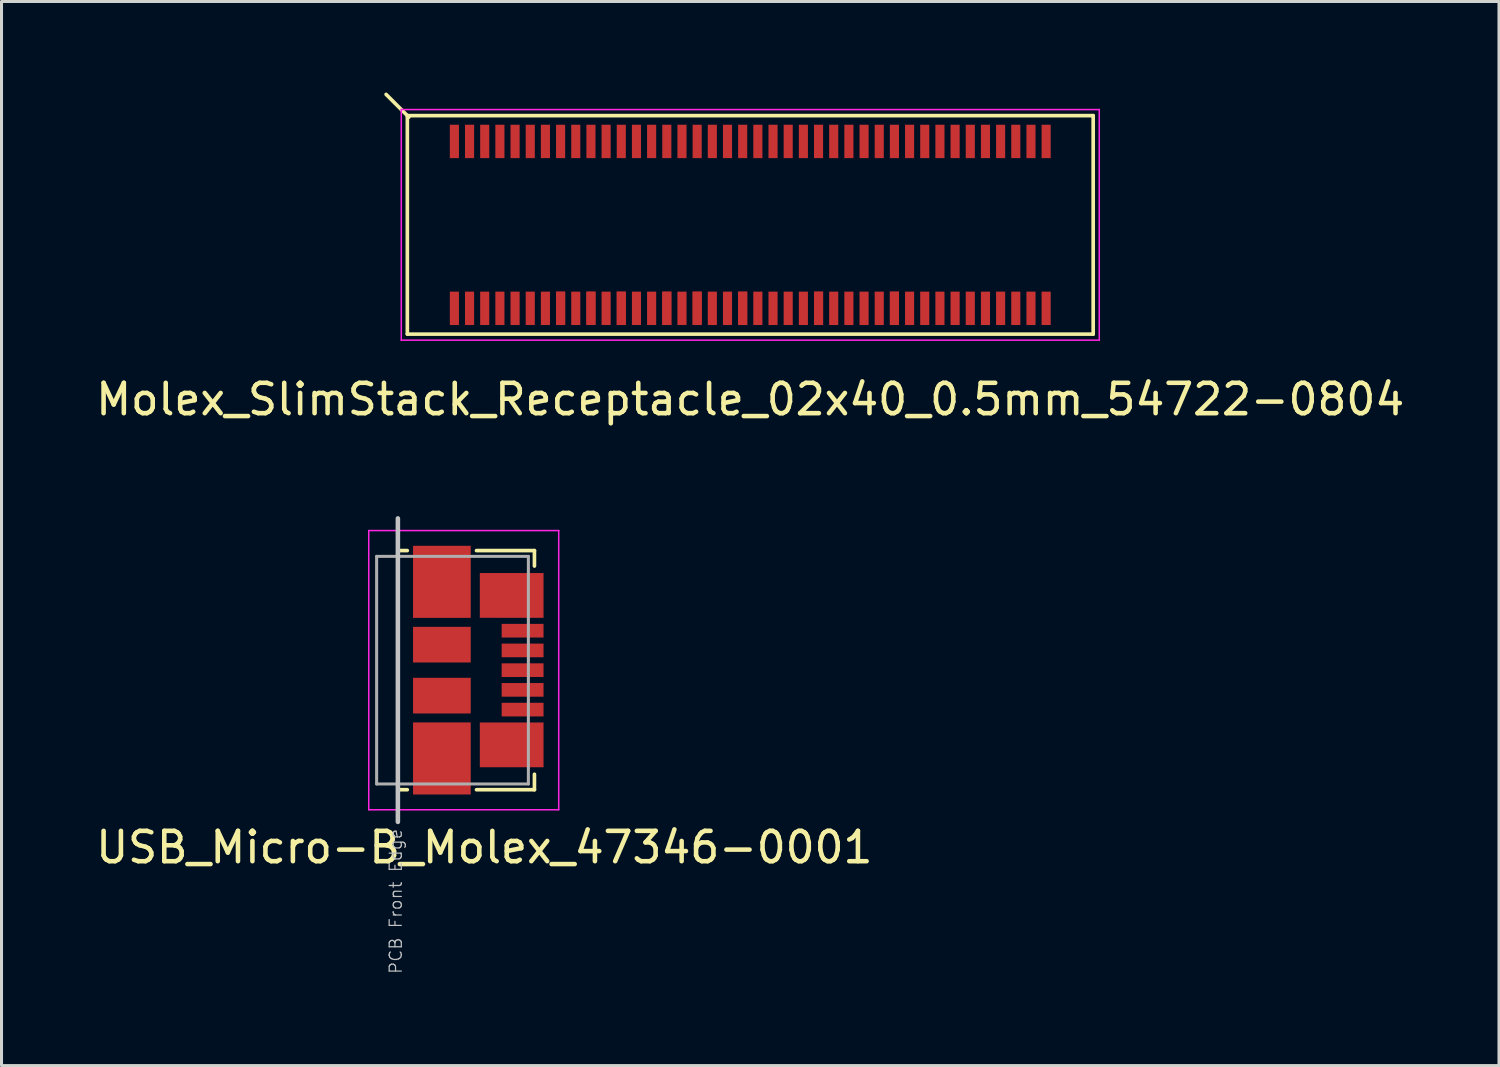
<source format=kicad_pcb>
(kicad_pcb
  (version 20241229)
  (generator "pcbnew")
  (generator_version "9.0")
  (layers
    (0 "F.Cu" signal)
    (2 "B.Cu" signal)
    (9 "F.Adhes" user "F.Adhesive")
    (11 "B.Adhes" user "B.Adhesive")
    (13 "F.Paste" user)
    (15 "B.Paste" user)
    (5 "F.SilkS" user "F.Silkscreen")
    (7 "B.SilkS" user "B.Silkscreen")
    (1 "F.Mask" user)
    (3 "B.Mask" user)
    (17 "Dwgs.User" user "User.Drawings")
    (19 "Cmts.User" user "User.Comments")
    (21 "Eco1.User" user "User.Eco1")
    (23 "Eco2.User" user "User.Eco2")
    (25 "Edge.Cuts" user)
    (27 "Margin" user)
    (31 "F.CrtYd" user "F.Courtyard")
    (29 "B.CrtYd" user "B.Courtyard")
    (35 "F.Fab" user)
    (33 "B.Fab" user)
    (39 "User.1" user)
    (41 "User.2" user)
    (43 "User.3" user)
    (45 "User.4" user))
  (footprint "USB_Micro-B_Molex_47346-0001"
    (layer "F.Cu")
    (at 12.841 19.033)
    (property "Reference" "USB_Micro-B_Molex_47346-0001" (at 0.07 5.84 180) (layer "F.SilkS") (effects (font (size 1 1) (thickness 0.15))))
    (attr smd)
    (fp_line (start -2.73 -3.94) (end -2.47 -3.94) (stroke (width 0.12) (type solid)) (layer "F.SilkS"))
    (fp_line (start -2.47 3.94) (end -2.73 3.94) (stroke (width 0.12) (type solid)) (layer "F.SilkS"))
    (fp_line (start -0.19 -3.94) (end 1.72 -3.94) (stroke (width 0.12) (type solid)) (layer "F.SilkS"))
    (fp_line (start 1.72 -3.94) (end 1.72 -3.43) (stroke (width 0.12) (type solid)) (layer "F.SilkS"))
    (fp_line (start 1.72 3.94) (end -0.19 3.94) (stroke (width 0.12) (type solid)) (layer "F.SilkS"))
    (fp_line (start 1.72 3.94) (end 1.72 3.43) (stroke (width 0.12) (type solid)) (layer "F.SilkS"))
    (fp_line (start -2.78 -5) (end -2.78 5) (stroke (width 0.15) (type solid)) (layer "Dwgs.User"))
    (fp_line (start -3.74 -4.6) (end 2.52 -4.6) (stroke (width 0.05) (type solid)) (layer "F.CrtYd"))
    (fp_line (start -3.74 4.6) (end -3.74 -4.6) (stroke (width 0.05) (type solid)) (layer "F.CrtYd"))
    (fp_line (start 2.52 -4.6) (end 2.52 4.6) (stroke (width 0.05) (type solid)) (layer "F.CrtYd"))
    (fp_line (start 2.52 4.6) (end -3.74 4.6) (stroke (width 0.05) (type solid)) (layer "F.CrtYd"))
    (fp_line (start -3.48 -3.75) (end 1.52 -3.75) (stroke (width 0.1) (type solid)) (layer "F.Fab"))
    (fp_line (start -3.48 3.75) (end -3.48 -3.75) (stroke (width 0.1) (type solid)) (layer "F.Fab"))
    (fp_line (start 1.52 -3.75) (end 1.52 3.75) (stroke (width 0.1) (type solid)) (layer "F.Fab"))
    (fp_line (start 1.52 3.75) (end -3.48 3.75) (stroke (width 0.1) (type solid)) (layer "F.Fab"))
    (fp_text user "PCB Front Edge" (at -2.85 7.62 90) (layer "Dwgs.User") (effects (font (size 0.4 0.4) (thickness 0.04))))
    (pad "1" smd rect (at 1.33 -1.3) (size 1.38 0.45) (layers "F.Cu" "F.Mask" "F.Paste"))
    (pad "2" smd rect (at 1.33 -0.65) (size 1.38 0.45) (layers "F.Cu" "F.Mask" "F.Paste"))
    (pad "3" smd rect (at 1.33 0) (size 1.38 0.45) (layers "F.Cu" "F.Mask" "F.Paste"))
    (pad "4" smd rect (at 1.33 0.65) (size 1.38 0.45) (layers "F.Cu" "F.Mask" "F.Paste"))
    (pad "5" smd rect (at 1.33 1.3) (size 1.38 0.45) (layers "F.Cu" "F.Mask" "F.Paste"))
    (pad "6" smd rect (at -1.33 -2.91) (size 1.9 2.375) (layers "F.Cu" "F.Mask" "F.Paste"))
    (pad "6" smd rect (at -1.33 -0.84) (size 1.9 1.175) (layers "F.Cu" "F.Mask" "F.Paste"))
    (pad "6" smd rect (at -1.33 0.84) (size 1.9 1.175) (layers "F.Cu" "F.Mask" "F.Paste"))
    (pad "6" smd rect (at -1.33 2.91) (size 1.9 2.375) (layers "F.Cu" "F.Mask" "F.Paste"))
    (pad "6" smd rect (at 0.97 -2.462) (size 2.1 1.475) (layers "F.Cu" "F.Mask" "F.Paste"))
    (pad "6" smd rect (at 0.97 2.462) (size 2.1 1.475) (layers "F.Cu" "F.Mask" "F.Paste")))
  (footprint "Molex_SlimStack_Receptacle_02x40_0.5mm_54722-0804"
    (layer "F.Cu")
    (at 21.673 4.36)
    (property "Reference" "Molex_SlimStack_Receptacle_02x40_0.5mm_54722-0804" (at 0 5.75 0) (layer "F.SilkS") (effects (font (size 1 1) (thickness 0.15))))
    (attr smd)
    (fp_line (start -11.3 -3.6) (end -11.3 3.6) (stroke (width 0.12) (type solid)) (layer "F.SilkS"))
    (fp_line (start -11.3 3.6) (end 11.3 3.6) (stroke (width 0.12) (type solid)) (layer "F.SilkS"))
    (fp_line (start -11.25 -3.55) (end -12 -4.3) (stroke (width 0.12) (type solid)) (layer "F.SilkS"))
    (fp_line (start 11.3 -3.6) (end -11.3 -3.6) (stroke (width 0.12) (type solid)) (layer "F.SilkS"))
    (fp_line (start 11.3 3.6) (end 11.3 -3.6) (stroke (width 0.12) (type solid)) (layer "F.SilkS"))
    (fp_line (start -11.5 -3.8) (end -11.5 3.8) (stroke (width 0.05) (type solid)) (layer "F.CrtYd"))
    (fp_line (start -11.5 3.8) (end 11.5 3.8) (stroke (width 0.05) (type solid)) (layer "F.CrtYd"))
    (fp_line (start 11.5 -3.8) (end -11.5 -3.8) (stroke (width 0.05) (type solid)) (layer "F.CrtYd"))
    (fp_line (start 11.5 3.8) (end 11.5 -3.8) (stroke (width 0.05) (type solid)) (layer "F.CrtYd"))
    (pad "1" smd rect (at -9.75 -2.75) (size 0.3 1.1) (layers "F.Cu" "F.Mask" "F.Paste"))
    (pad "2" smd rect (at -9.75 2.75) (size 0.3 1.1) (layers "F.Cu" "F.Mask" "F.Paste"))
    (pad "3" smd rect (at -9.25 -2.75) (size 0.3 1.1) (layers "F.Cu" "F.Mask" "F.Paste"))
    (pad "4" smd rect (at -9.25 2.75) (size 0.3 1.1) (layers "F.Cu" "F.Mask" "F.Paste"))
    (pad "5" smd rect (at -8.75 -2.75) (size 0.3 1.1) (layers "F.Cu" "F.Mask" "F.Paste"))
    (pad "6" smd rect (at -8.75 2.75) (size 0.3 1.1) (layers "F.Cu" "F.Mask" "F.Paste"))
    (pad "7" smd rect (at -8.25 -2.75) (size 0.3 1.1) (layers "F.Cu" "F.Mask" "F.Paste"))
    (pad "8" smd rect (at -8.25 2.75) (size 0.3 1.1) (layers "F.Cu" "F.Mask" "F.Paste"))
    (pad "9" smd rect (at -7.75 -2.75) (size 0.3 1.1) (layers "F.Cu" "F.Mask" "F.Paste"))
    (pad "10" smd rect (at -7.75 2.75) (size 0.3 1.1) (layers "F.Cu" "F.Mask" "F.Paste"))
    (pad "11" smd rect (at -7.25 -2.75) (size 0.3 1.1) (layers "F.Cu" "F.Mask" "F.Paste"))
    (pad "12" smd rect (at -7.25 2.75) (size 0.3 1.1) (layers "F.Cu" "F.Mask" "F.Paste"))
    (pad "13" smd rect (at -6.75 -2.75) (size 0.3 1.1) (layers "F.Cu" "F.Mask" "F.Paste"))
    (pad "14" smd rect (at -6.75 2.75) (size 0.3 1.1) (layers "F.Cu" "F.Mask" "F.Paste"))
    (pad "15" smd rect (at -6.25 -2.75) (size 0.3 1.1) (layers "F.Cu" "F.Mask" "F.Paste"))
    (pad "16" smd rect (at -6.25 2.75) (size 0.3 1.1) (layers "F.Cu" "F.Mask" "F.Paste"))
    (pad "16" smd rect (at -6.25 2.75) (size 0.3 1.1) (layers "F.Cu" "F.Mask" "F.Paste"))
    (pad "17" smd rect (at -5.75 -2.75) (size 0.3 1.1) (layers "F.Cu" "F.Mask" "F.Paste"))
    (pad "18" smd rect (at -5.75 2.75) (size 0.3 1.1) (layers "F.Cu" "F.Mask" "F.Paste"))
    (pad "19" smd rect (at -5.25 -2.75) (size 0.3 1.1) (layers "F.Cu" "F.Mask" "F.Paste"))
    (pad "20" smd rect (at -5.25 2.75) (size 0.3 1.1) (layers "F.Cu" "F.Mask" "F.Paste"))
    (pad "20" smd rect (at -5.25 2.75) (size 0.3 1.1) (layers "F.Cu" "F.Mask" "F.Paste"))
    (pad "21" smd rect (at -4.75 -2.75) (size 0.3 1.1) (layers "F.Cu" "F.Mask" "F.Paste"))
    (pad "22" smd rect (at -4.75 2.75) (size 0.3 1.1) (layers "F.Cu" "F.Mask" "F.Paste"))
    (pad "23" smd rect (at -4.25 -2.75) (size 0.3 1.1) (layers "F.Cu" "F.Mask" "F.Paste"))
    (pad "24" smd rect (at -4.25 2.75) (size 0.3 1.1) (layers "F.Cu" "F.Mask" "F.Paste"))
    (pad "24" smd rect (at -4.25 2.75) (size 0.3 1.1) (layers "F.Cu" "F.Mask" "F.Paste"))
    (pad "25" smd rect (at -3.75 -2.75) (size 0.3 1.1) (layers "F.Cu" "F.Mask" "F.Paste"))
    (pad "26" smd rect (at -3.75 2.75) (size 0.3 1.1) (layers "F.Cu" "F.Mask" "F.Paste"))
    (pad "27" smd rect (at -3.25 -2.75) (size 0.3 1.1) (layers "F.Cu" "F.Mask" "F.Paste"))
    (pad "28" smd rect (at -3.25 2.75) (size 0.3 1.1) (layers "F.Cu" "F.Mask" "F.Paste"))
    (pad "29" smd rect (at -2.75 -2.75) (size 0.3 1.1) (layers "F.Cu" "F.Mask" "F.Paste"))
    (pad "30" smd rect (at -2.75 2.75) (size 0.3 1.1) (layers "F.Cu" "F.Mask" "F.Paste"))
    (pad "30" smd rect (at -2.75 2.75) (size 0.3 1.1) (layers "F.Cu" "F.Mask" "F.Paste"))
    (pad "31" smd rect (at -2.25 -2.75) (size 0.3 1.1) (layers "F.Cu" "F.Mask" "F.Paste"))
    (pad "32" smd rect (at -2.25 2.75) (size 0.3 1.1) (layers "F.Cu" "F.Mask" "F.Paste"))
    (pad "33" smd rect (at -1.75 -2.75) (size 0.3 1.1) (layers "F.Cu" "F.Mask" "F.Paste"))
    (pad "34" smd rect (at -1.75 2.75) (size 0.3 1.1) (layers "F.Cu" "F.Mask" "F.Paste"))
    (pad "34" smd rect (at -1.75 2.75) (size 0.3 1.1) (layers "F.Cu" "F.Mask" "F.Paste"))
    (pad "35" smd rect (at -1.25 -2.75) (size 0.3 1.1) (layers "F.Cu" "F.Mask" "F.Paste"))
    (pad "36" smd rect (at -1.25 2.75) (size 0.3 1.1) (layers "F.Cu" "F.Mask" "F.Paste"))
    (pad "37" smd rect (at -0.75 -2.75) (size 0.3 1.1) (layers "F.Cu" "F.Mask" "F.Paste"))
    (pad "38" smd rect (at -0.75 2.75) (size 0.3 1.1) (layers "F.Cu" "F.Mask" "F.Paste"))
    (pad "39" smd rect (at -0.25 -2.75) (size 0.3 1.1) (layers "F.Cu" "F.Mask" "F.Paste"))
    (pad "40" smd rect (at -0.25 2.75) (size 0.3 1.1) (layers "F.Cu" "F.Mask" "F.Paste"))
    (pad "40" smd rect (at -0.25 2.75) (size 0.3 1.1) (layers "F.Cu" "F.Mask" "F.Paste"))
    (pad "41" smd rect (at 0.25 -2.75) (size 0.3 1.1) (layers "F.Cu" "F.Mask" "F.Paste"))
    (pad "42" smd rect (at 0.25 2.75) (size 0.3 1.1) (layers "F.Cu" "F.Mask" "F.Paste"))
    (pad "43" smd rect (at 0.75 -2.75) (size 0.3 1.1) (layers "F.Cu" "F.Mask" "F.Paste"))
    (pad "44" smd rect (at 0.75 2.75) (size 0.3 1.1) (layers "F.Cu" "F.Mask" "F.Paste"))
    (pad "45" smd rect (at 1.25 -2.75) (size 0.3 1.1) (layers "F.Cu" "F.Mask" "F.Paste"))
    (pad "46" smd rect (at 1.25 2.75) (size 0.3 1.1) (layers "F.Cu" "F.Mask" "F.Paste"))
    (pad "47" smd rect (at 1.75 -2.75) (size 0.3 1.1) (layers "F.Cu" "F.Mask" "F.Paste"))
    (pad "48" smd rect (at 1.75 2.75) (size 0.3 1.1) (layers "F.Cu" "F.Mask" "F.Paste"))
    (pad "49" smd rect (at 2.25 -2.75) (size 0.3 1.1) (layers "F.Cu" "F.Mask" "F.Paste"))
    (pad "50" smd rect (at 2.25 2.75) (size 0.3 1.1) (layers "F.Cu" "F.Mask" "F.Paste"))
    (pad "50" smd rect (at 2.25 2.75) (size 0.3 1.1) (layers "F.Cu" "F.Mask" "F.Paste"))
    (pad "51" smd rect (at 2.75 -2.75) (size 0.3 1.1) (layers "F.Cu" "F.Mask" "F.Paste"))
    (pad "52" smd rect (at 2.75 2.75) (size 0.3 1.1) (layers "F.Cu" "F.Mask" "F.Paste"))
    (pad "53" smd rect (at 3.25 -2.75) (size 0.3 1.1) (layers "F.Cu" "F.Mask" "F.Paste"))
    (pad "54" smd rect (at 3.25 2.75) (size 0.3 1.1) (layers "F.Cu" "F.Mask" "F.Paste"))
    (pad "55" smd rect (at 3.75 -2.75) (size 0.3 1.1) (layers "F.Cu" "F.Mask" "F.Paste"))
    (pad "56" smd rect (at 3.75 2.75) (size 0.3 1.1) (layers "F.Cu" "F.Mask" "F.Paste"))
    (pad "57" smd rect (at 4.25 -2.75) (size 0.3 1.1) (layers "F.Cu" "F.Mask" "F.Paste"))
    (pad "58" smd rect (at 4.25 2.75) (size 0.3 1.1) (layers "F.Cu" "F.Mask" "F.Paste"))
    (pad "59" smd rect (at 4.75 -2.75) (size 0.3 1.1) (layers "F.Cu" "F.Mask" "F.Paste"))
    (pad "60" smd rect (at 4.75 2.75) (size 0.3 1.1) (layers "F.Cu" "F.Mask" "F.Paste"))
    (pad "60" smd rect (at 4.75 2.75) (size 0.3 1.1) (layers "F.Cu" "F.Mask" "F.Paste"))
    (pad "61" smd rect (at 5.25 -2.75) (size 0.3 1.1) (layers "F.Cu" "F.Mask" "F.Paste"))
    (pad "62" smd rect (at 5.25 2.75) (size 0.3 1.1) (layers "F.Cu" "F.Mask" "F.Paste"))
    (pad "63" smd rect (at 5.75 -2.75) (size 0.3 1.1) (layers "F.Cu" "F.Mask" "F.Paste"))
    (pad "64" smd rect (at 5.75 2.75) (size 0.3 1.1) (layers "F.Cu" "F.Mask" "F.Paste"))
    (pad "65" smd rect (at 6.25 -2.75) (size 0.3 1.1) (layers "F.Cu" "F.Mask" "F.Paste"))
    (pad "66" smd rect (at 6.25 2.75) (size 0.3 1.1) (layers "F.Cu" "F.Mask" "F.Paste"))
    (pad "67" smd rect (at 6.75 -2.75) (size 0.3 1.1) (layers "F.Cu" "F.Mask" "F.Paste"))
    (pad "68" smd rect (at 6.75 2.75) (size 0.3 1.1) (layers "F.Cu" "F.Mask" "F.Paste"))
    (pad "69" smd rect (at 7.25 -2.75) (size 0.3 1.1) (layers "F.Cu" "F.Mask" "F.Paste"))
    (pad "70" smd rect (at 7.25 2.75) (size 0.3 1.1) (layers "F.Cu" "F.Mask" "F.Paste"))
    (pad "71" smd rect (at 7.75 -2.75) (size 0.3 1.1) (layers "F.Cu" "F.Mask" "F.Paste"))
    (pad "72" smd rect (at 7.75 2.75) (size 0.3 1.1) (layers "F.Cu" "F.Mask" "F.Paste"))
    (pad "73" smd rect (at 8.25 -2.75) (size 0.3 1.1) (layers "F.Cu" "F.Mask" "F.Paste"))
    (pad "74" smd rect (at 8.25 2.75) (size 0.3 1.1) (layers "F.Cu" "F.Mask" "F.Paste"))
    (pad "75" smd rect (at 8.75 -2.75) (size 0.3 1.1) (layers "F.Cu" "F.Mask" "F.Paste"))
    (pad "76" smd rect (at 8.75 2.75) (size 0.3 1.1) (layers "F.Cu" "F.Mask" "F.Paste"))
    (pad "77" smd rect (at 9.25 -2.75) (size 0.3 1.1) (layers "F.Cu" "F.Mask" "F.Paste"))
    (pad "78" smd rect (at 9.25 2.75) (size 0.3 1.1) (layers "F.Cu" "F.Mask" "F.Paste"))
    (pad "79" smd rect (at 9.75 -2.75) (size 0.3 1.1) (layers "F.Cu" "F.Mask" "F.Paste"))
    (pad "80" smd rect (at 9.75 2.75) (size 0.3 1.1) (layers "F.Cu" "F.Mask" "F.Paste")))
  (gr_rect
    (start -3 -3)
    (end 46.345 32.064)
    (stroke (width 0.1) (type default))
    (fill no)
    (layer "Edge.Cuts")))
</source>
